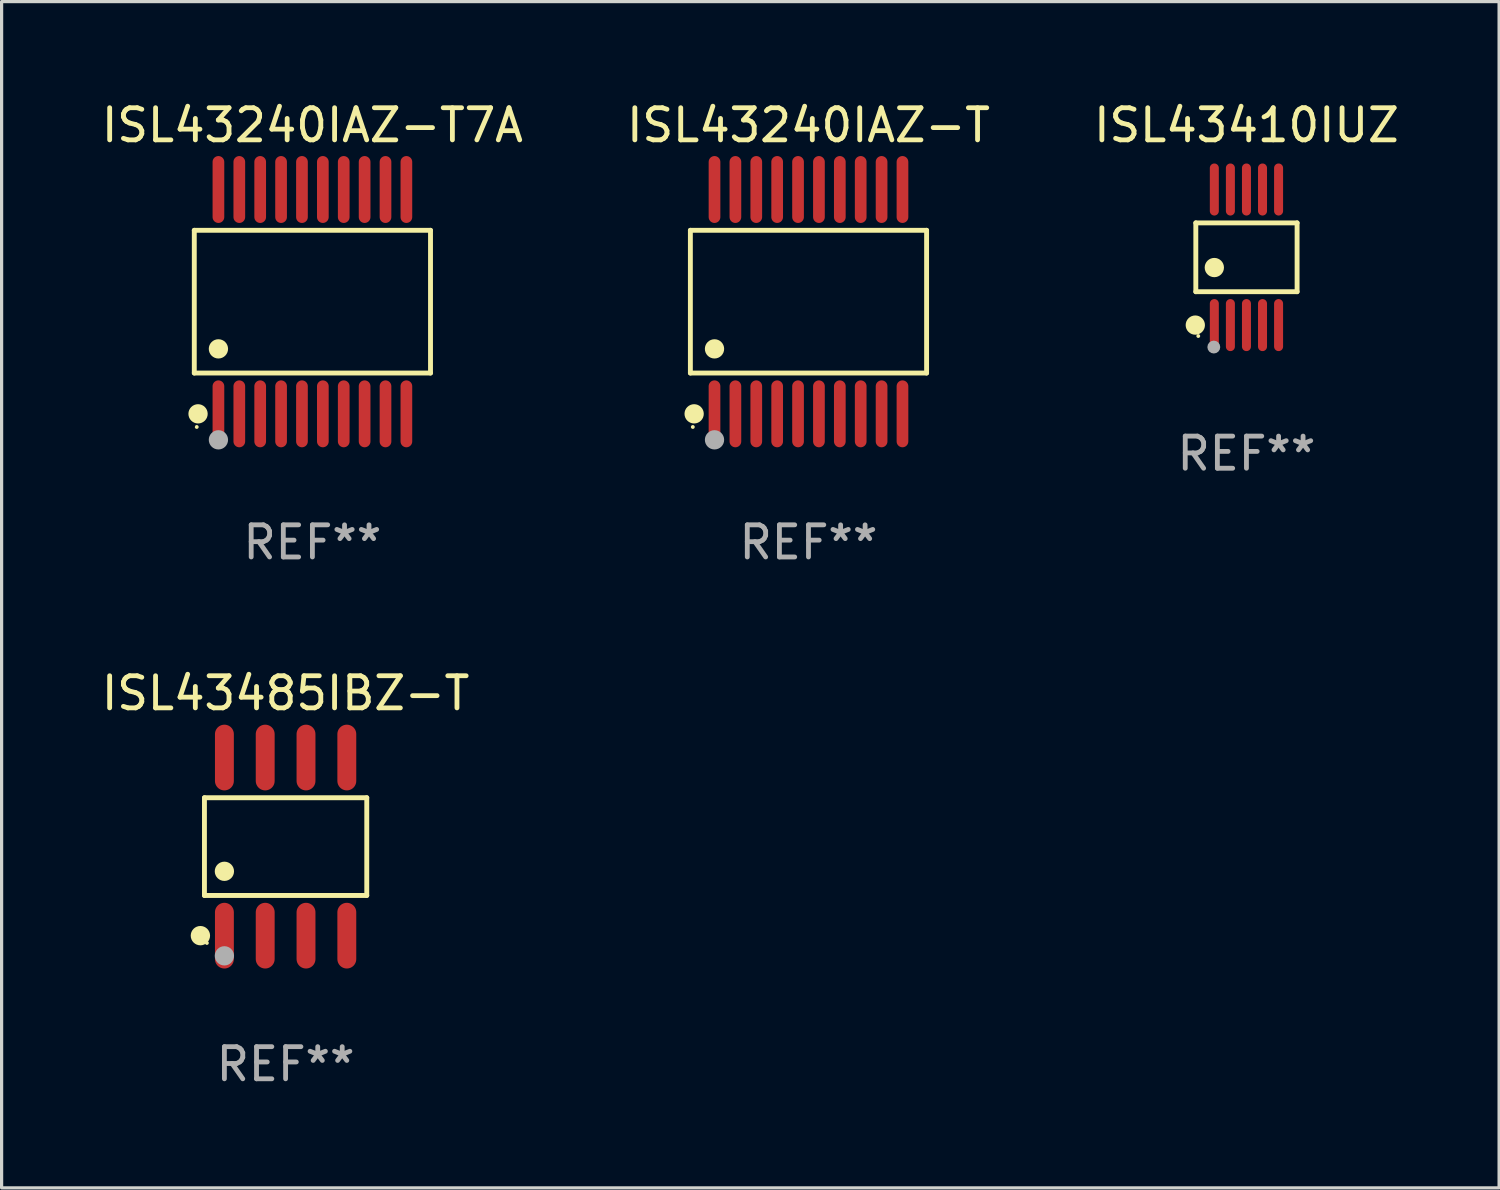
<source format=kicad_pcb>
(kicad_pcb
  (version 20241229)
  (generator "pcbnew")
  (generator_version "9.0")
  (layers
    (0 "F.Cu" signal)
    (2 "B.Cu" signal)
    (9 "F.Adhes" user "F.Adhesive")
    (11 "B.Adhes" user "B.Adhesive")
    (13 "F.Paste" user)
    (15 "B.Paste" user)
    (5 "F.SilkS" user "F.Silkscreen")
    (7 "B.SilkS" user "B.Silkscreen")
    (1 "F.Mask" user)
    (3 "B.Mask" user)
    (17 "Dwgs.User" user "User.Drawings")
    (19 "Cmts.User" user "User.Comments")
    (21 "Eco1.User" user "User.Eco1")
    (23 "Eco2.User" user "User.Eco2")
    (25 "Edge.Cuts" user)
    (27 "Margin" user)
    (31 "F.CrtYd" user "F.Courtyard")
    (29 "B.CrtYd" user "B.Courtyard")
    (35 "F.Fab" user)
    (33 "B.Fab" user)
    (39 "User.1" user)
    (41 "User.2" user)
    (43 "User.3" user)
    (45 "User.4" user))
  (footprint "ISL43240IAZ-T7A"
    (layer "F.Cu")
    (at 6.673 6.339)
    (property "Reference" "ISL43240IAZ-T7A" (at 0 -5.491 0) (layer "F.SilkS") (effects (font (size 1 1) (thickness 0.15))))
    (attr through_hole)
    (fp_line (start -3.676 -2.221) (end 3.676 -2.221) (stroke (width 0.152) (type solid)) (layer "F.SilkS"))
    (fp_line (start -3.676 2.221) (end -3.676 -2.221) (stroke (width 0.152) (type solid)) (layer "F.SilkS"))
    (fp_line (start 3.676 -2.221) (end 3.676 2.221) (stroke (width 0.152) (type solid)) (layer "F.SilkS"))
    (fp_line (start 3.676 2.221) (end -3.676 2.221) (stroke (width 0.152) (type solid)) (layer "F.SilkS"))
    (fp_circle (center -3.6 3.9) (end -3.57 3.9) (stroke (width 0.06) (type solid)) (fill no) (layer "F.SilkS"))
    (fp_circle (center -3.559 3.491) (end -3.409 3.491) (stroke (width 0.3) (type solid)) (fill no) (layer "F.SilkS"))
    (fp_circle (center -2.925 1.469) (end -2.775 1.469) (stroke (width 0.3) (type solid)) (fill no) (layer "F.SilkS"))
    (fp_circle (center -2.925 4.3) (end -2.775 4.3) (stroke (width 0.3) (type solid)) (fill no) (layer "F.Fab"))
    (fp_text user "REF**" (at 0 7.491 0) (layer "F.Fab") (effects (font (size 1 1) (thickness 0.15))))
    (pad "1" smd oval (at -2.925 3.491) (size 0.364 2.082) (layers "F.Cu" "F.Mask" "F.Paste"))
    (pad "2" smd oval (at -2.275 3.491) (size 0.364 2.082) (layers "F.Cu" "F.Mask" "F.Paste"))
    (pad "3" smd oval (at -1.625 3.491) (size 0.364 2.082) (layers "F.Cu" "F.Mask" "F.Paste"))
    (pad "4" smd oval (at -0.975 3.491) (size 0.364 2.082) (layers "F.Cu" "F.Mask" "F.Paste"))
    (pad "5" smd oval (at -0.325 3.491) (size 0.364 2.082) (layers "F.Cu" "F.Mask" "F.Paste"))
    (pad "6" smd oval (at 0.325 3.491) (size 0.364 2.082) (layers "F.Cu" "F.Mask" "F.Paste"))
    (pad "7" smd oval (at 0.975 3.491) (size 0.364 2.082) (layers "F.Cu" "F.Mask" "F.Paste"))
    (pad "8" smd oval (at 1.625 3.491) (size 0.364 2.082) (layers "F.Cu" "F.Mask" "F.Paste"))
    (pad "9" smd oval (at 2.275 3.491) (size 0.364 2.082) (layers "F.Cu" "F.Mask" "F.Paste"))
    (pad "10" smd oval (at 2.925 3.491) (size 0.364 2.082) (layers "F.Cu" "F.Mask" "F.Paste"))
    (pad "11" smd oval (at 2.925 -3.491) (size 0.364 2.082) (layers "F.Cu" "F.Mask" "F.Paste"))
    (pad "12" smd oval (at 2.275 -3.491) (size 0.364 2.082) (layers "F.Cu" "F.Mask" "F.Paste"))
    (pad "13" smd oval (at 1.625 -3.491) (size 0.364 2.082) (layers "F.Cu" "F.Mask" "F.Paste"))
    (pad "14" smd oval (at 0.975 -3.491) (size 0.364 2.082) (layers "F.Cu" "F.Mask" "F.Paste"))
    (pad "15" smd oval (at 0.325 -3.491) (size 0.364 2.082) (layers "F.Cu" "F.Mask" "F.Paste"))
    (pad "16" smd oval (at -0.325 -3.491) (size 0.364 2.082) (layers "F.Cu" "F.Mask" "F.Paste"))
    (pad "17" smd oval (at -0.975 -3.491) (size 0.364 2.082) (layers "F.Cu" "F.Mask" "F.Paste"))
    (pad "18" smd oval (at -1.625 -3.491) (size 0.364 2.082) (layers "F.Cu" "F.Mask" "F.Paste"))
    (pad "19" smd oval (at -2.275 -3.491) (size 0.364 2.082) (layers "F.Cu" "F.Mask" "F.Paste"))
    (pad "20" smd oval (at -2.925 -3.491) (size 0.364 2.082) (layers "F.Cu" "F.Mask" "F.Paste")))
  (footprint "ISL43240IAZ-T"
    (layer "F.Cu")
    (at 22.113 6.339)
    (property "Reference" "ISL43240IAZ-T" (at 0 -5.491 0) (layer "F.SilkS") (effects (font (size 1 1) (thickness 0.15))))
    (attr through_hole)
    (fp_line (start -3.676 -2.221) (end 3.676 -2.221) (stroke (width 0.152) (type solid)) (layer "F.SilkS"))
    (fp_line (start -3.676 2.221) (end -3.676 -2.221) (stroke (width 0.152) (type solid)) (layer "F.SilkS"))
    (fp_line (start 3.676 -2.221) (end 3.676 2.221) (stroke (width 0.152) (type solid)) (layer "F.SilkS"))
    (fp_line (start 3.676 2.221) (end -3.676 2.221) (stroke (width 0.152) (type solid)) (layer "F.SilkS"))
    (fp_circle (center -3.6 3.9) (end -3.57 3.9) (stroke (width 0.06) (type solid)) (fill no) (layer "F.SilkS"))
    (fp_circle (center -3.559 3.491) (end -3.409 3.491) (stroke (width 0.3) (type solid)) (fill no) (layer "F.SilkS"))
    (fp_circle (center -2.925 1.469) (end -2.775 1.469) (stroke (width 0.3) (type solid)) (fill no) (layer "F.SilkS"))
    (fp_circle (center -2.925 4.3) (end -2.775 4.3) (stroke (width 0.3) (type solid)) (fill no) (layer "F.Fab"))
    (fp_text user "REF**" (at 0 7.491 0) (layer "F.Fab") (effects (font (size 1 1) (thickness 0.15))))
    (pad "1" smd oval (at -2.925 3.491) (size 0.364 2.082) (layers "F.Cu" "F.Mask" "F.Paste"))
    (pad "2" smd oval (at -2.275 3.491) (size 0.364 2.082) (layers "F.Cu" "F.Mask" "F.Paste"))
    (pad "3" smd oval (at -1.625 3.491) (size 0.364 2.082) (layers "F.Cu" "F.Mask" "F.Paste"))
    (pad "4" smd oval (at -0.975 3.491) (size 0.364 2.082) (layers "F.Cu" "F.Mask" "F.Paste"))
    (pad "5" smd oval (at -0.325 3.491) (size 0.364 2.082) (layers "F.Cu" "F.Mask" "F.Paste"))
    (pad "6" smd oval (at 0.325 3.491) (size 0.364 2.082) (layers "F.Cu" "F.Mask" "F.Paste"))
    (pad "7" smd oval (at 0.975 3.491) (size 0.364 2.082) (layers "F.Cu" "F.Mask" "F.Paste"))
    (pad "8" smd oval (at 1.625 3.491) (size 0.364 2.082) (layers "F.Cu" "F.Mask" "F.Paste"))
    (pad "9" smd oval (at 2.275 3.491) (size 0.364 2.082) (layers "F.Cu" "F.Mask" "F.Paste"))
    (pad "10" smd oval (at 2.925 3.491) (size 0.364 2.082) (layers "F.Cu" "F.Mask" "F.Paste"))
    (pad "11" smd oval (at 2.925 -3.491) (size 0.364 2.082) (layers "F.Cu" "F.Mask" "F.Paste"))
    (pad "12" smd oval (at 2.275 -3.491) (size 0.364 2.082) (layers "F.Cu" "F.Mask" "F.Paste"))
    (pad "13" smd oval (at 1.625 -3.491) (size 0.364 2.082) (layers "F.Cu" "F.Mask" "F.Paste"))
    (pad "14" smd oval (at 0.975 -3.491) (size 0.364 2.082) (layers "F.Cu" "F.Mask" "F.Paste"))
    (pad "15" smd oval (at 0.325 -3.491) (size 0.364 2.082) (layers "F.Cu" "F.Mask" "F.Paste"))
    (pad "16" smd oval (at -0.325 -3.491) (size 0.364 2.082) (layers "F.Cu" "F.Mask" "F.Paste"))
    (pad "17" smd oval (at -0.975 -3.491) (size 0.364 2.082) (layers "F.Cu" "F.Mask" "F.Paste"))
    (pad "18" smd oval (at -1.625 -3.491) (size 0.364 2.082) (layers "F.Cu" "F.Mask" "F.Paste"))
    (pad "19" smd oval (at -2.275 -3.491) (size 0.364 2.082) (layers "F.Cu" "F.Mask" "F.Paste"))
    (pad "20" smd oval (at -2.925 -3.491) (size 0.364 2.082) (layers "F.Cu" "F.Mask" "F.Paste")))
  (footprint "ISL43410IUZ"
    (layer "F.Cu")
    (at 35.744 4.958)
    (property "Reference" "ISL43410IUZ" (at 0 -4.11 0) (layer "F.SilkS") (effects (font (size 1 1) (thickness 0.15))))
    (attr through_hole)
    (fp_line (start -1.576 -1.071) (end 1.576 -1.071) (stroke (width 0.152) (type solid)) (layer "F.SilkS"))
    (fp_line (start -1.576 1.071) (end -1.576 -1.071) (stroke (width 0.152) (type solid)) (layer "F.SilkS"))
    (fp_line (start 1.576 -1.071) (end 1.576 1.071) (stroke (width 0.152) (type solid)) (layer "F.SilkS"))
    (fp_line (start 1.576 1.071) (end -1.576 1.071) (stroke (width 0.152) (type solid)) (layer "F.SilkS"))
    (fp_circle (center -1.592 2.11) (end -1.442 2.11) (stroke (width 0.3) (type solid)) (fill no) (layer "F.SilkS"))
    (fp_circle (center -1.5 2.45) (end -1.47 2.45) (stroke (width 0.06) (type solid)) (fill no) (layer "F.SilkS"))
    (fp_circle (center -1 0.319) (end -0.85 0.319) (stroke (width 0.3) (type solid)) (fill no) (layer "F.SilkS"))
    (fp_circle (center -1.016 2.794) (end -0.916 2.794) (stroke (width 0.2) (type solid)) (fill no) (layer "F.Fab"))
    (fp_text user "REF**" (at 0 6.11 0) (layer "F.Fab") (effects (font (size 1 1) (thickness 0.15))))
    (pad "1" smd oval (at -1 2.11) (size 0.28 1.62) (layers "F.Cu" "F.Mask" "F.Paste"))
    (pad "2" smd oval (at -0.5 2.11) (size 0.28 1.62) (layers "F.Cu" "F.Mask" "F.Paste"))
    (pad "3" smd oval (at 0 2.11) (size 0.28 1.62) (layers "F.Cu" "F.Mask" "F.Paste"))
    (pad "4" smd oval (at 0.5 2.11) (size 0.28 1.62) (layers "F.Cu" "F.Mask" "F.Paste"))
    (pad "5" smd oval (at 1 2.11) (size 0.28 1.62) (layers "F.Cu" "F.Mask" "F.Paste"))
    (pad "6" smd oval (at 1 -2.11) (size 0.28 1.62) (layers "F.Cu" "F.Mask" "F.Paste"))
    (pad "7" smd oval (at 0.5 -2.11) (size 0.28 1.62) (layers "F.Cu" "F.Mask" "F.Paste"))
    (pad "8" smd oval (at 0 -2.11) (size 0.28 1.62) (layers "F.Cu" "F.Mask" "F.Paste"))
    (pad "9" smd oval (at -0.5 -2.11) (size 0.28 1.62) (layers "F.Cu" "F.Mask" "F.Paste"))
    (pad "10" smd oval (at -1 -2.11) (size 0.28 1.62) (layers "F.Cu" "F.Mask" "F.Paste")))
  (footprint "ISL43485IBZ-T"
    (layer "F.Cu")
    (at 5.839 23.299)
    (property "Reference" "ISL43485IBZ-T" (at 0 -4.772 0) (layer "F.SilkS") (effects (font (size 1 1) (thickness 0.15))))
    (attr through_hole)
    (fp_line (start -2.526 -1.521) (end 2.526 -1.521) (stroke (width 0.152) (type solid)) (layer "F.SilkS"))
    (fp_line (start -2.526 1.521) (end -2.526 -1.521) (stroke (width 0.152) (type solid)) (layer "F.SilkS"))
    (fp_line (start 2.526 -1.521) (end 2.526 1.521) (stroke (width 0.152) (type solid)) (layer "F.SilkS"))
    (fp_line (start 2.526 1.521) (end -2.526 1.521) (stroke (width 0.152) (type solid)) (layer "F.SilkS"))
    (fp_circle (center -2.652 2.772) (end -2.501 2.772) (stroke (width 0.3) (type solid)) (fill no) (layer "F.SilkS"))
    (fp_circle (center -2.45 3) (end -2.42 3) (stroke (width 0.06) (type solid)) (fill no) (layer "F.SilkS"))
    (fp_circle (center -1.905 0.769) (end -1.755 0.769) (stroke (width 0.3) (type solid)) (fill no) (layer "F.SilkS"))
    (fp_circle (center -1.905 3.4) (end -1.755 3.4) (stroke (width 0.3) (type solid)) (fill no) (layer "F.Fab"))
    (fp_text user "REF**" (at 0 6.772 0) (layer "F.Fab") (effects (font (size 1 1) (thickness 0.15))))
    (pad "1" smd oval (at -1.905 2.772) (size 0.588 2.045) (layers "F.Cu" "F.Mask" "F.Paste"))
    (pad "2" smd oval (at -0.635 2.772) (size 0.588 2.045) (layers "F.Cu" "F.Mask" "F.Paste"))
    (pad "3" smd oval (at 0.635 2.772) (size 0.588 2.045) (layers "F.Cu" "F.Mask" "F.Paste"))
    (pad "4" smd oval (at 1.905 2.772) (size 0.588 2.045) (layers "F.Cu" "F.Mask" "F.Paste"))
    (pad "5" smd oval (at 1.905 -2.772) (size 0.588 2.045) (layers "F.Cu" "F.Mask" "F.Paste"))
    (pad "6" smd oval (at 0.635 -2.772) (size 0.588 2.045) (layers "F.Cu" "F.Mask" "F.Paste"))
    (pad "7" smd oval (at -0.635 -2.772) (size 0.588 2.045) (layers "F.Cu" "F.Mask" "F.Paste"))
    (pad "8" smd oval (at -1.905 -2.772) (size 0.588 2.045) (layers "F.Cu" "F.Mask" "F.Paste")))
  (gr_rect
    (start -3 -3)
    (end 43.607 33.92)
    (stroke (width 0.1) (type default))
    (fill no)
    (layer "Edge.Cuts")))
</source>
